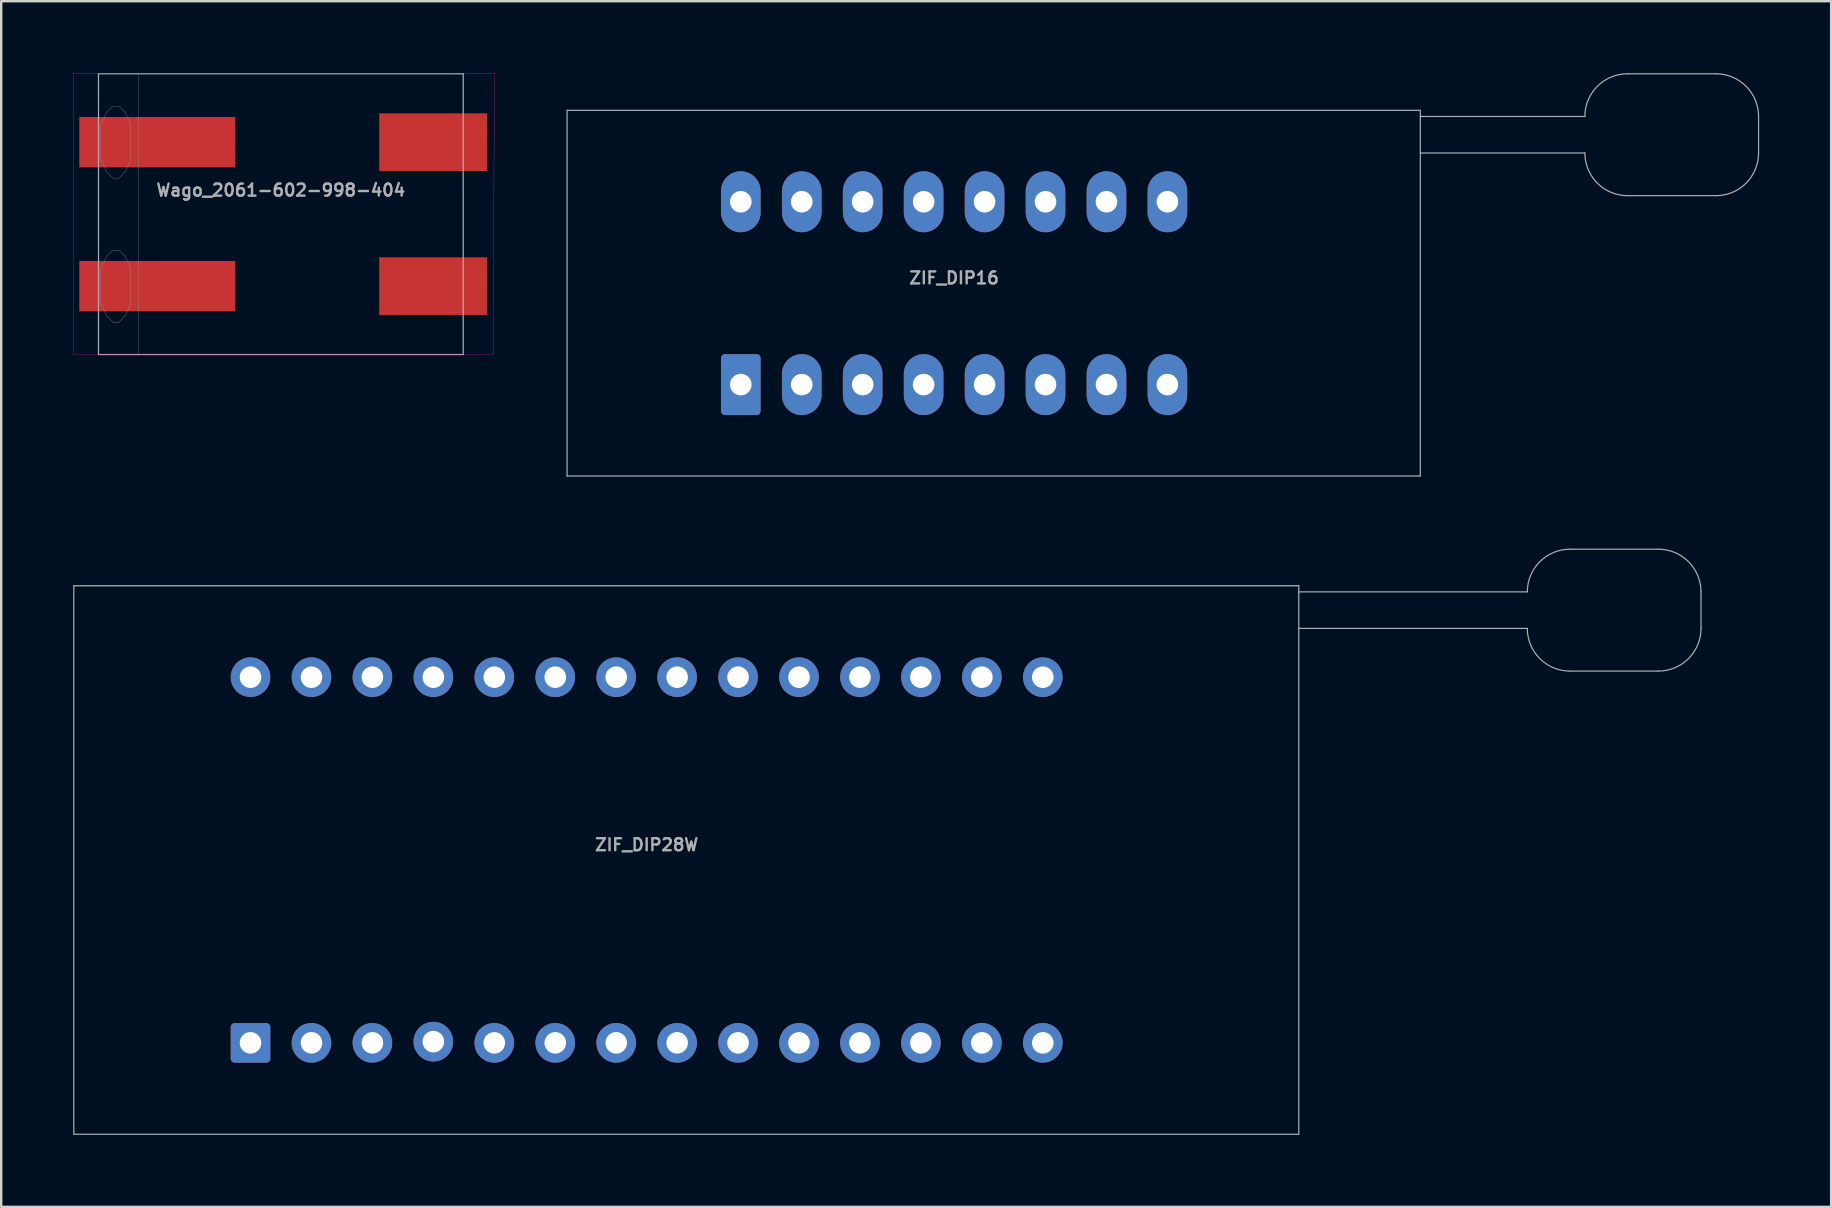
<source format=kicad_pcb>
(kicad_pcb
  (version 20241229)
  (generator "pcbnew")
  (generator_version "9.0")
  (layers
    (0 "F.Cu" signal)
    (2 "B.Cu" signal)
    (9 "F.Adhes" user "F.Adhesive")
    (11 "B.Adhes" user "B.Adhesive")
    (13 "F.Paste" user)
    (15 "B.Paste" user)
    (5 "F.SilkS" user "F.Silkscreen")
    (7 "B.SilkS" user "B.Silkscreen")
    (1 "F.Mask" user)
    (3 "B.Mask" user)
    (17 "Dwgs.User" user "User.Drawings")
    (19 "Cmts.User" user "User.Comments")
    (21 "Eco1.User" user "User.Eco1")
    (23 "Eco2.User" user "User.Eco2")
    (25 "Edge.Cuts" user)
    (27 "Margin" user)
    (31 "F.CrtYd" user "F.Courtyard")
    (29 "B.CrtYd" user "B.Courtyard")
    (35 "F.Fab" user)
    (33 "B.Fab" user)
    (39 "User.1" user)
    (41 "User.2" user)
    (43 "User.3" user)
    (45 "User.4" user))
  (footprint "ZIF_DIP28W"
    (layer "F.Cu")
    (at 23.901 32.793)
    (property "Reference" "ZIF_DIP28W" (at 0 -0.635 180) (layer "F.Fab") (effects (font (size 0.5 0.5) (thickness 0.1))))
    (attr through_hole)
    (fp_line (start -23.876 -11.43) (end 27.178 -11.43) (stroke (width 0.05) (type solid)) (layer "F.Fab"))
    (fp_line (start -23.876 11.43) (end -23.876 -11.43) (stroke (width 0.05) (type solid)) (layer "F.Fab"))
    (fp_line (start 27.178 -11.43) (end 27.178 11.43) (stroke (width 0.05) (type solid)) (layer "F.Fab"))
    (fp_line (start 27.178 -11.176) (end 36.703 -11.176) (stroke (width 0.05) (type solid)) (layer "F.Fab"))
    (fp_line (start 27.178 -9.652) (end 36.703 -9.652) (stroke (width 0.05) (type solid)) (layer "F.Fab"))
    (fp_line (start 27.178 11.43) (end -23.876 11.43) (stroke (width 0.05) (type solid)) (layer "F.Fab"))
    (fp_line (start 38.481 -12.954) (end 42.164 -12.954) (stroke (width 0.05) (type solid)) (layer "F.Fab"))
    (fp_line (start 42.164 -7.874) (end 38.481 -7.874) (stroke (width 0.05) (type solid)) (layer "F.Fab"))
    (fp_line (start 43.942 -9.652) (end 43.942 -11.176) (stroke (width 0.05) (type solid)) (layer "F.Fab"))
    (fp_arc (start 36.703 -11.176) (mid 37.223764 -12.433236) (end 38.481 -12.954) (stroke (width 0.05) (type solid)) (layer "F.Fab"))
    (fp_arc (start 38.481 -7.874) (mid 37.223764 -8.394764) (end 36.703 -9.652) (stroke (width 0.05) (type solid)) (layer "F.Fab"))
    (fp_arc (start 42.164 -12.954) (mid 43.421236 -12.433236) (end 43.942 -11.176) (stroke (width 0.05) (type solid)) (layer "F.Fab"))
    (fp_arc (start 43.942 -9.652) (mid 43.421236 -8.394764) (end 42.164 -7.874) (stroke (width 0.05) (type solid)) (layer "F.Fab"))
    (pad "1" thru_hole roundrect (at -16.51 7.62) (size 1.651 1.651) (drill 0.9) (layers "*.Cu" "*.Mask") (roundrect_rratio 0.1))
    (pad "2" thru_hole circle (at -13.97 7.62) (size 1.651 1.651) (drill 0.9) (layers "*.Cu" "*.Mask"))
    (pad "3" thru_hole circle (at -11.43 7.62) (size 1.651 1.651) (drill 0.9) (layers "*.Cu" "*.Mask"))
    (pad "4" thru_hole circle (at -8.89 7.57) (size 1.651 1.651) (drill 0.9) (layers "*.Cu" "*.Mask"))
    (pad "5" thru_hole circle (at -6.35 7.62) (size 1.651 1.651) (drill 0.9) (layers "*.Cu" "*.Mask"))
    (pad "6" thru_hole circle (at -3.81 7.62) (size 1.651 1.651) (drill 0.9) (layers "*.Cu" "*.Mask"))
    (pad "7" thru_hole circle (at -1.27 7.62) (size 1.651 1.651) (drill 0.9) (layers "*.Cu" "*.Mask"))
    (pad "8" thru_hole circle (at 1.27 7.62) (size 1.651 1.651) (drill 0.9) (layers "*.Cu" "*.Mask"))
    (pad "9" thru_hole circle (at 3.81 7.62) (size 1.651 1.651) (drill 0.9) (layers "*.Cu" "*.Mask"))
    (pad "10" thru_hole circle (at 6.35 7.62) (size 1.651 1.651) (drill 0.9) (layers "*.Cu" "*.Mask"))
    (pad "11" thru_hole circle (at 8.89 7.62) (size 1.651 1.651) (drill 0.9) (layers "*.Cu" "*.Mask"))
    (pad "12" thru_hole circle (at 11.43 7.62) (size 1.651 1.651) (drill 0.9) (layers "*.Cu" "*.Mask"))
    (pad "13" thru_hole circle (at 13.97 7.62) (size 1.651 1.651) (drill 0.9) (layers "*.Cu" "*.Mask"))
    (pad "14" thru_hole circle (at 16.51 7.62) (size 1.651 1.651) (drill 0.9) (layers "*.Cu" "*.Mask"))
    (pad "15" thru_hole circle (at 16.51 -7.62) (size 1.651 1.651) (drill 0.9) (layers "*.Cu" "*.Mask"))
    (pad "16" thru_hole circle (at 13.97 -7.62) (size 1.651 1.651) (drill 0.9) (layers "*.Cu" "*.Mask"))
    (pad "17" thru_hole circle (at 11.43 -7.62) (size 1.651 1.651) (drill 0.9) (layers "*.Cu" "*.Mask"))
    (pad "18" thru_hole circle (at 8.89 -7.62) (size 1.651 1.651) (drill 0.9) (layers "*.Cu" "*.Mask"))
    (pad "19" thru_hole circle (at 6.35 -7.62) (size 1.651 1.651) (drill 0.9) (layers "*.Cu" "*.Mask"))
    (pad "20" thru_hole circle (at 3.81 -7.62) (size 1.651 1.651) (drill 0.9) (layers "*.Cu" "*.Mask"))
    (pad "21" thru_hole circle (at 1.27 -7.62) (size 1.651 1.651) (drill 0.9) (layers "*.Cu" "*.Mask"))
    (pad "22" thru_hole circle (at -1.27 -7.62) (size 1.651 1.651) (drill 0.9) (layers "*.Cu" "*.Mask"))
    (pad "23" thru_hole circle (at -3.81 -7.62) (size 1.651 1.651) (drill 0.9) (layers "*.Cu" "*.Mask"))
    (pad "24" thru_hole circle (at -6.35 -7.62) (size 1.651 1.651) (drill 0.9) (layers "*.Cu" "*.Mask"))
    (pad "25" thru_hole circle (at -8.89 -7.62) (size 1.651 1.651) (drill 0.9) (layers "*.Cu" "*.Mask"))
    (pad "26" thru_hole circle (at -11.43 -7.62) (size 1.651 1.651) (drill 0.9) (layers "*.Cu" "*.Mask"))
    (pad "27" thru_hole circle (at -13.97 -7.62) (size 1.651 1.651) (drill 0.9) (layers "*.Cu" "*.Mask"))
    (pad "28" thru_hole circle (at -16.51 -7.62) (size 1.651 1.651) (drill 0.9) (layers "*.Cu" "*.Mask")))
  (footprint "ZIF_DIP16"
    (layer "F.Cu")
    (at 36.714 9.169)
    (property "Reference" "ZIF_DIP16" (at 0 -0.635 180) (layer "F.Fab") (effects (font (size 0.5 0.5) (thickness 0.1))))
    (attr through_hole)
    (fp_line (start -16.129 -7.62) (end 19.431 -7.62) (stroke (width 0.05) (type solid)) (layer "F.Fab"))
    (fp_line (start -16.129 7.62) (end -16.129 -7.62) (stroke (width 0.05) (type solid)) (layer "F.Fab"))
    (fp_line (start 19.431 -7.62) (end 19.431 7.62) (stroke (width 0.05) (type solid)) (layer "F.Fab"))
    (fp_line (start 19.431 -7.366) (end 26.289 -7.366) (stroke (width 0.05) (type solid)) (layer "F.Fab"))
    (fp_line (start 19.431 -5.842) (end 26.289 -5.842) (stroke (width 0.05) (type solid)) (layer "F.Fab"))
    (fp_line (start 19.431 7.62) (end -16.129 7.62) (stroke (width 0.05) (type solid)) (layer "F.Fab"))
    (fp_line (start 28.067 -9.144) (end 31.75 -9.144) (stroke (width 0.05) (type solid)) (layer "F.Fab"))
    (fp_line (start 31.75 -4.064) (end 28.067 -4.064) (stroke (width 0.05) (type solid)) (layer "F.Fab"))
    (fp_line (start 33.528 -5.842) (end 33.528 -7.366) (stroke (width 0.05) (type solid)) (layer "F.Fab"))
    (fp_arc (start 26.289 -7.366) (mid 26.809764 -8.623236) (end 28.067 -9.144) (stroke (width 0.05) (type solid)) (layer "F.Fab"))
    (fp_arc (start 28.067 -4.064) (mid 26.809764 -4.584764) (end 26.289 -5.842) (stroke (width 0.05) (type solid)) (layer "F.Fab"))
    (fp_arc (start 31.75 -9.144) (mid 33.007236 -8.623236) (end 33.528 -7.366) (stroke (width 0.05) (type solid)) (layer "F.Fab"))
    (fp_arc (start 33.528 -5.842) (mid 33.007236 -4.584764) (end 31.75 -4.064) (stroke (width 0.05) (type solid)) (layer "F.Fab"))
    (pad "1" thru_hole roundrect (at -8.89 3.81) (size 1.651 2.54) (drill 0.9) (layers "*.Cu" "*.Mask") (roundrect_rratio 0.1))
    (pad "2" thru_hole oval (at -6.35 3.81) (size 1.651 2.54) (drill 0.9) (layers "*.Cu" "*.Mask"))
    (pad "3" thru_hole oval (at -3.81 3.81) (size 1.651 2.54) (drill 0.9) (layers "*.Cu" "*.Mask"))
    (pad "4" thru_hole oval (at -1.27 3.81) (size 1.651 2.54) (drill 0.9) (layers "*.Cu" "*.Mask"))
    (pad "5" thru_hole oval (at 1.27 3.81) (size 1.651 2.54) (drill 0.9) (layers "*.Cu" "*.Mask"))
    (pad "6" thru_hole oval (at 3.81 3.81) (size 1.651 2.54) (drill 0.9) (layers "*.Cu" "*.Mask"))
    (pad "7" thru_hole oval (at 6.35 3.81) (size 1.651 2.54) (drill 0.9) (layers "*.Cu" "*.Mask"))
    (pad "8" thru_hole oval (at 8.89 3.81) (size 1.651 2.54) (drill 0.9) (layers "*.Cu" "*.Mask"))
    (pad "9" thru_hole oval (at 8.89 -3.81) (size 1.651 2.54) (drill 0.9) (layers "*.Cu" "*.Mask"))
    (pad "10" thru_hole oval (at 6.35 -3.81) (size 1.651 2.54) (drill 0.9) (layers "*.Cu" "*.Mask"))
    (pad "11" thru_hole oval (at 3.81 -3.81) (size 1.651 2.54) (drill 0.9) (layers "*.Cu" "*.Mask"))
    (pad "12" thru_hole oval (at 1.27 -3.81) (size 1.651 2.54) (drill 0.9) (layers "*.Cu" "*.Mask"))
    (pad "13" thru_hole oval (at -1.27 -3.81) (size 1.651 2.54) (drill 0.9) (layers "*.Cu" "*.Mask"))
    (pad "14" thru_hole oval (at -3.81 -3.81) (size 1.651 2.54) (drill 0.9) (layers "*.Cu" "*.Mask"))
    (pad "15" thru_hole oval (at -6.35 -3.81) (size 1.651 2.54) (drill 0.9) (layers "*.Cu" "*.Mask"))
    (pad "16" thru_hole oval (at -8.89 -3.81) (size 1.651 2.54) (drill 0.9) (layers "*.Cu" "*.Mask")))
  (footprint "Wago_2061-602-998-404"
    (layer "F.Cu")
    (at 8.655 5.875)
    (property "Reference" "Wago_2061-602-998-404" (at 0 -1 0) (layer "F.Fab") (effects (font (size 0.5 0.5) (thickness 0.1))))
    (attr smd)
    (fp_line (start -8.65 -5.85) (end -8.65 5.85) (stroke (width 0.01) (type solid)) (layer "F.CrtYd"))
    (fp_line (start -8.65 5.85) (end 8.85 5.85) (stroke (width 0.01) (type solid)) (layer "F.CrtYd"))
    (fp_line (start 8.85 5.85) (end 8.9 -5.85) (stroke (width 0.01) (type solid)) (layer "F.CrtYd"))
    (fp_line (start 8.9 -5.85) (end -8.65 -5.85) (stroke (width 0.01) (type solid)) (layer "F.CrtYd"))
    (fp_line (start -7.6 -5.85) (end -7.6 5.85) (stroke (width 0.05) (type solid)) (layer "F.Fab"))
    (fp_line (start -7.6 5.85) (end 7.6 5.85) (stroke (width 0.05) (type solid)) (layer "F.Fab"))
    (fp_line (start -7.5 -3.75) (end -7.25 -4.25) (stroke (width 0.01) (type solid)) (layer "F.Fab"))
    (fp_line (start -7.5 -2.25) (end -7.5 -3.75) (stroke (width 0.01) (type solid)) (layer "F.Fab"))
    (fp_line (start -7.5 2.25) (end -7.25 1.75) (stroke (width 0.01) (type solid)) (layer "F.Fab"))
    (fp_line (start -7.5 3.75) (end -7.5 2.25) (stroke (width 0.01) (type solid)) (layer "F.Fab"))
    (fp_line (start -7.25 -4.25) (end -7 -4.5) (stroke (width 0.01) (type solid)) (layer "F.Fab"))
    (fp_line (start -7.25 -1.75) (end -7.5 -2.25) (stroke (width 0.01) (type solid)) (layer "F.Fab"))
    (fp_line (start -7.25 1.75) (end -7 1.5) (stroke (width 0.01) (type solid)) (layer "F.Fab"))
    (fp_line (start -7.25 4.25) (end -7.5 3.75) (stroke (width 0.01) (type solid)) (layer "F.Fab"))
    (fp_line (start -7 -4.5) (end -6.75 -4.5) (stroke (width 0.01) (type solid)) (layer "F.Fab"))
    (fp_line (start -7 -1.5) (end -7.25 -1.75) (stroke (width 0.01) (type solid)) (layer "F.Fab"))
    (fp_line (start -7 1.5) (end -6.75 1.5) (stroke (width 0.01) (type solid)) (layer "F.Fab"))
    (fp_line (start -7 4.5) (end -7.25 4.25) (stroke (width 0.01) (type solid)) (layer "F.Fab"))
    (fp_line (start -6.75 -4.5) (end -6.5 -4.25) (stroke (width 0.01) (type solid)) (layer "F.Fab"))
    (fp_line (start -6.75 -1.5) (end -7 -1.5) (stroke (width 0.01) (type solid)) (layer "F.Fab"))
    (fp_line (start -6.75 1.5) (end -6.5 1.75) (stroke (width 0.01) (type solid)) (layer "F.Fab"))
    (fp_line (start -6.75 4.5) (end -7 4.5) (stroke (width 0.01) (type solid)) (layer "F.Fab"))
    (fp_line (start -6.5 -4.25) (end -6.25 -3.75) (stroke (width 0.01) (type solid)) (layer "F.Fab"))
    (fp_line (start -6.5 -1.75) (end -6.75 -1.5) (stroke (width 0.01) (type solid)) (layer "F.Fab"))
    (fp_line (start -6.5 1.75) (end -6.25 2.25) (stroke (width 0.01) (type solid)) (layer "F.Fab"))
    (fp_line (start -6.5 4.25) (end -6.75 4.5) (stroke (width 0.01) (type solid)) (layer "F.Fab"))
    (fp_line (start -6.25 -3.75) (end -6.25 -2.25) (stroke (width 0.01) (type solid)) (layer "F.Fab"))
    (fp_line (start -6.25 -2.25) (end -6.5 -1.75) (stroke (width 0.01) (type solid)) (layer "F.Fab"))
    (fp_line (start -6.25 2.25) (end -6.25 3.75) (stroke (width 0.01) (type solid)) (layer "F.Fab"))
    (fp_line (start -6.25 3.75) (end -6.5 4.25) (stroke (width 0.01) (type solid)) (layer "F.Fab"))
    (fp_line (start -5.94 -5.85) (end -5.94 5.85) (stroke (width 0.01) (type solid)) (layer "F.Fab"))
    (fp_line (start 7.6 -5.85) (end -7.6 -5.85) (stroke (width 0.05) (type solid)) (layer "F.Fab"))
    (fp_line (start 7.6 5.85) (end 7.6 -5.85) (stroke (width 0.05) (type solid)) (layer "F.Fab"))
    (pad "1" smd rect (at -5.15 -3) (size 6.5 2.1) (layers "F.Cu" "F.Mask" "F.Paste"))
    (pad "1" smd rect (at 6.35 -3) (size 4.5 2.4) (layers "F.Cu" "F.Mask" "F.Paste"))
    (pad "2" smd rect (at -5.15 3) (size 6.5 2.1) (layers "F.Cu" "F.Mask" "F.Paste"))
    (pad "2" smd rect (at 6.35 3) (size 4.5 2.4) (layers "F.Cu" "F.Mask" "F.Paste")))
  (gr_rect
    (start -3 -3)
    (end 73.267 47.248)
    (stroke (width 0.1) (type default))
    (fill no)
    (layer "Edge.Cuts")))
</source>
